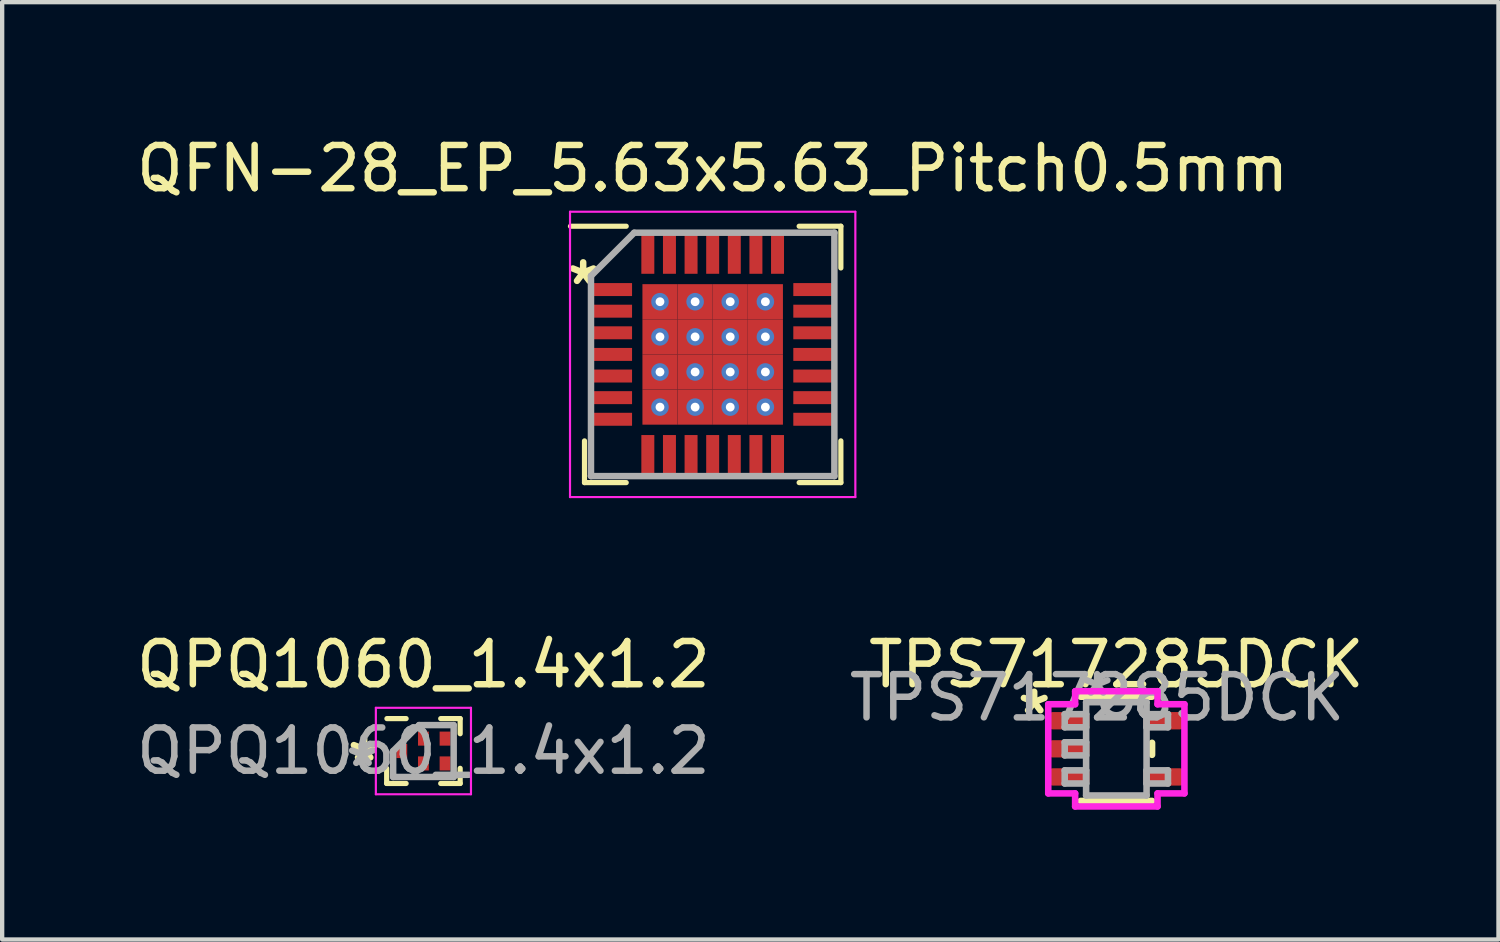
<source format=kicad_pcb>
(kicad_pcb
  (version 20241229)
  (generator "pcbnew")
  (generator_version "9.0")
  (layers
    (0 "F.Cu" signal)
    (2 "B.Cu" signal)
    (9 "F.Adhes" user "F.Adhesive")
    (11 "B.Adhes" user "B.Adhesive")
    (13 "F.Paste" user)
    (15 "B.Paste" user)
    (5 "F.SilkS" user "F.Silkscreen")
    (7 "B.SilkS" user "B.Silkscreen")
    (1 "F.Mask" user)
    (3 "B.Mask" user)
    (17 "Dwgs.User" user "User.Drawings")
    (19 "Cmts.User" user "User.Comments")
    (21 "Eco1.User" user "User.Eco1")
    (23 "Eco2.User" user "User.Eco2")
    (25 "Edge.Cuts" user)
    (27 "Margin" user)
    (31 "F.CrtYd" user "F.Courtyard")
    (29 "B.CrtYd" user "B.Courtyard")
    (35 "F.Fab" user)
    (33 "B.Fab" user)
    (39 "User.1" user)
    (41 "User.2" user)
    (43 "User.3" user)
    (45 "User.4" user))
  (footprint "QPQ1060_1.4x1.2"
    (layer "F.Cu")
    (at 6.744 14.322)
    (property "Reference" "QPQ1060_1.4x1.2" (at 0 -2 0) (layer "F.SilkS") (effects (font (size 1 1) (thickness 0.15))))
    (attr smd)
    (fp_line (start -0.85 0.75) (end -0.85 0.4) (stroke (width 0.12) (type default)) (layer "F.SilkS"))
    (fp_line (start -0.4 -0.75) (end -0.844 -0.75) (stroke (width 0.12) (type default)) (layer "F.SilkS"))
    (fp_line (start -0.4 0.75) (end -0.85 0.75) (stroke (width 0.12) (type default)) (layer "F.SilkS"))
    (fp_line (start 0.4 -0.75) (end 0.85 -0.75) (stroke (width 0.12) (type default)) (layer "F.SilkS"))
    (fp_line (start 0.4 0.75) (end 0.85 0.75) (stroke (width 0.12) (type default)) (layer "F.SilkS"))
    (fp_line (start 0.85 -0.75) (end 0.85 -0.4) (stroke (width 0.12) (type default)) (layer "F.SilkS"))
    (fp_line (start 0.85 0.75) (end 0.85 0.4) (stroke (width 0.12) (type default)) (layer "F.SilkS"))
    (fp_line (start -1.1 -1) (end 1.1 -1) (stroke (width 0.05) (type default)) (layer "F.CrtYd"))
    (fp_line (start -1.1 1) (end -1.1 -1) (stroke (width 0.05) (type default)) (layer "F.CrtYd"))
    (fp_line (start 1.1 -1) (end 1.1 1) (stroke (width 0.05) (type default)) (layer "F.CrtYd"))
    (fp_line (start 1.1 1) (end -1.1 1) (stroke (width 0.05) (type default)) (layer "F.CrtYd"))
    (fp_line (start -0.7 0) (end -0.7 0.6) (stroke (width 0.15) (type default)) (layer "F.Fab"))
    (fp_line (start -0.7 0.6) (end 0.7 0.6) (stroke (width 0.15) (type default)) (layer "F.Fab"))
    (fp_line (start -0.1 -0.6) (end -0.7 0) (stroke (width 0.15) (type default)) (layer "F.Fab"))
    (fp_line (start 0.7 -0.6) (end -0.1 -0.6) (stroke (width 0.15) (type default)) (layer "F.Fab"))
    (fp_line (start 0.7 0.6) (end 0.7 -0.6) (stroke (width 0.15) (type default)) (layer "F.Fab"))
    (fp_text user "*" (at -1.85 0.85 0) (unlocked yes) (layer "F.SilkS") (effects (font (size 1 1) (thickness 0.15)) (justify left bottom)))
    (fp_text user "*" (at -1.41 0.39 0) (layer "F.Fab") (effects (font (size 1 1) (thickness 0.15))))
    (fp_text user "${REFERENCE}" (at 0 0 0) (layer "F.Fab") (effects (font (size 1 1) (thickness 0.15))))
    (pad "1" smd rect (at -0.5 0) (size 0.25 0.325) (layers "F.Cu" "F.Mask" "F.Paste"))
    (pad "2" smd rect (at 0 0.287) (size 0.25 0.325) (layers "F.Cu" "F.Mask" "F.Paste"))
    (pad "3" smd rect (at 0.5 0.287) (size 0.25 0.325) (layers "F.Cu" "F.Mask" "F.Paste"))
    (pad "4" smd rect (at 0.5 -0.287) (size 0.25 0.325) (layers "F.Cu" "F.Mask" "F.Paste"))
    (pad "5" smd rect (at 0 -0.287) (size 0.25 0.325) (layers "F.Cu" "F.Mask" "F.Paste")))
  (footprint "QFN-28_EP_5.63x5.63_Pitch0.5mm"
    (layer "F.Cu")
    (at 13.435 5.148)
    (property "Reference" "QFN-28_EP_5.63x5.63_Pitch0.5mm" (at 0 -4.3 0) (layer "F.SilkS") (effects (font (size 1 1) (thickness 0.15))))
    (attr smd)
    (fp_line (start -2.965 2.965) (end -2.965 2) (stroke (width 0.12) (type default)) (layer "F.SilkS"))
    (fp_line (start -2 -2.965) (end -3.29 -2.965) (stroke (width 0.12) (type default)) (layer "F.SilkS"))
    (fp_line (start -2 2.965) (end -2.965 2.965) (stroke (width 0.12) (type default)) (layer "F.SilkS"))
    (fp_line (start 2 -2.965) (end 2.965 -2.965) (stroke (width 0.12) (type default)) (layer "F.SilkS"))
    (fp_line (start 2 2.965) (end 2.965 2.965) (stroke (width 0.12) (type default)) (layer "F.SilkS"))
    (fp_line (start 2.965 -2.965) (end 2.965 -2) (stroke (width 0.12) (type default)) (layer "F.SilkS"))
    (fp_line (start 2.965 2.965) (end 2.965 2) (stroke (width 0.12) (type default)) (layer "F.SilkS"))
    (fp_line (start -3.3 -3.3) (end 3.3 -3.3) (stroke (width 0.05) (type default)) (layer "F.CrtYd"))
    (fp_line (start -3.3 3.3) (end -3.3 -3.3) (stroke (width 0.05) (type default)) (layer "F.CrtYd"))
    (fp_line (start 3.3 -3.3) (end 3.3 3.3) (stroke (width 0.05) (type default)) (layer "F.CrtYd"))
    (fp_line (start 3.3 3.3) (end -3.3 3.3) (stroke (width 0.05) (type default)) (layer "F.CrtYd"))
    (fp_line (start -2.815 -1.815) (end -2.815 2.815) (stroke (width 0.15) (type default)) (layer "F.Fab"))
    (fp_line (start -2.815 2.815) (end 2.815 2.815) (stroke (width 0.15) (type default)) (layer "F.Fab"))
    (fp_line (start -1.815 -2.815) (end -2.815 -1.815) (stroke (width 0.15) (type default)) (layer "F.Fab"))
    (fp_line (start 2.815 -2.815) (end -1.815 -2.815) (stroke (width 0.15) (type default)) (layer "F.Fab"))
    (fp_line (start 2.815 2.815) (end 2.815 -2.815) (stroke (width 0.15) (type default)) (layer "F.Fab"))
    (fp_text user "*" (at -3.475 -1 0) (unlocked yes) (layer "F.SilkS") (effects (font (size 1 1) (thickness 0.15)) (justify left bottom)))
    (pad "1" smd rect (at -2.34 -1.5 90) (size 0.3 0.95) (layers "F.Cu" "F.Mask" "F.Paste"))
    (pad "2" smd rect (at -2.34 -1 90) (size 0.3 0.95) (layers "F.Cu" "F.Mask" "F.Paste"))
    (pad "3" smd rect (at -2.34 -0.5 90) (size 0.3 0.95) (layers "F.Cu" "F.Mask" "F.Paste"))
    (pad "4" smd rect (at -2.34 0 90) (size 0.3 0.95) (layers "F.Cu" "F.Mask" "F.Paste"))
    (pad "5" smd rect (at -2.34 0.5 90) (size 0.3 0.95) (layers "F.Cu" "F.Mask" "F.Paste"))
    (pad "6" smd rect (at -2.34 1 90) (size 0.3 0.95) (layers "F.Cu" "F.Mask" "F.Paste"))
    (pad "7" smd rect (at -2.34 1.5 90) (size 0.3 0.95) (layers "F.Cu" "F.Mask" "F.Paste"))
    (pad "8" smd rect (at -1.5 2.34) (size 0.3 0.95) (layers "F.Cu" "F.Mask" "F.Paste"))
    (pad "9" smd rect (at -1 2.34) (size 0.3 0.95) (layers "F.Cu" "F.Mask" "F.Paste"))
    (pad "10" smd rect (at -0.5 2.34) (size 0.3 0.95) (layers "F.Cu" "F.Mask" "F.Paste"))
    (pad "11" smd rect (at 0 2.34) (size 0.3 0.95) (layers "F.Cu" "F.Mask" "F.Paste"))
    (pad "12" smd rect (at 0.5 2.34) (size 0.3 0.95) (layers "F.Cu" "F.Mask" "F.Paste"))
    (pad "13" smd rect (at 1 2.34) (size 0.3 0.95) (layers "F.Cu" "F.Mask" "F.Paste"))
    (pad "14" smd rect (at 1.5 2.34) (size 0.3 0.95) (layers "F.Cu" "F.Mask" "F.Paste"))
    (pad "15" smd rect (at 2.34 1.5 90) (size 0.3 0.95) (layers "F.Cu" "F.Mask" "F.Paste"))
    (pad "16" smd rect (at 2.34 1 90) (size 0.3 0.95) (layers "F.Cu" "F.Mask" "F.Paste"))
    (pad "17" smd rect (at 2.34 0.5 90) (size 0.3 0.95) (layers "F.Cu" "F.Mask" "F.Paste"))
    (pad "18" smd rect (at 2.34 0 90) (size 0.3 0.95) (layers "F.Cu" "F.Mask" "F.Paste"))
    (pad "19" smd rect (at 2.34 -0.5 90) (size 0.3 0.95) (layers "F.Cu" "F.Mask" "F.Paste"))
    (pad "20" smd rect (at 2.34 -1 90) (size 0.3 0.95) (layers "F.Cu" "F.Mask" "F.Paste"))
    (pad "21" smd rect (at 2.34 -1.5 90) (size 0.3 0.95) (layers "F.Cu" "F.Mask" "F.Paste"))
    (pad "22" smd rect (at 1.5 -2.34) (size 0.3 0.95) (layers "F.Cu" "F.Mask" "F.Paste"))
    (pad "23" smd rect (at 1 -2.34) (size 0.3 0.95) (layers "F.Cu" "F.Mask" "F.Paste"))
    (pad "24" smd rect (at 0.5 -2.34) (size 0.3 0.95) (layers "F.Cu" "F.Mask" "F.Paste"))
    (pad "25" smd rect (at 0 -2.34) (size 0.3 0.95) (layers "F.Cu" "F.Mask" "F.Paste"))
    (pad "26" smd rect (at -0.5 -2.34) (size 0.3 0.95) (layers "F.Cu" "F.Mask" "F.Paste"))
    (pad "27" smd rect (at -1 -2.34) (size 0.3 0.95) (layers "F.Cu" "F.Mask" "F.Paste"))
    (pad "28" smd rect (at -1.5 -2.34) (size 0.3 0.95) (layers "F.Cu" "F.Mask" "F.Paste"))
    (pad "29" thru_hole circle (at -1.219 -1.219) (size 0.406 0.406) (drill 0.203) (layers "*.Cu" "*.Mask"))
    (pad "29" smd rect (at -1.219 -1.219) (size 0.812 0.812) (layers "F.Cu" "F.Mask" "F.Paste"))
    (pad "29" thru_hole circle (at -1.219 -0.406) (size 0.406 0.406) (drill 0.203) (layers "*.Cu" "*.Mask"))
    (pad "29" smd rect (at -1.219 -0.406) (size 0.812 0.812) (layers "F.Cu" "F.Mask" "F.Paste"))
    (pad "29" thru_hole circle (at -1.219 0.406) (size 0.406 0.406) (drill 0.203) (layers "*.Cu" "*.Mask"))
    (pad "29" smd rect (at -1.219 0.406) (size 0.812 0.812) (layers "F.Cu" "F.Mask" "F.Paste"))
    (pad "29" thru_hole circle (at -1.219 1.219) (size 0.406 0.406) (drill 0.203) (layers "*.Cu" "*.Mask"))
    (pad "29" smd rect (at -1.219 1.219) (size 0.812 0.812) (layers "F.Cu" "F.Mask" "F.Paste"))
    (pad "29" thru_hole circle (at -0.406 -1.219) (size 0.406 0.406) (drill 0.203) (layers "*.Cu" "*.Mask"))
    (pad "29" smd rect (at -0.406 -1.219) (size 0.812 0.812) (layers "F.Cu" "F.Mask" "F.Paste"))
    (pad "29" thru_hole circle (at -0.406 -0.406) (size 0.406 0.406) (drill 0.203) (layers "*.Cu" "*.Mask"))
    (pad "29" smd rect (at -0.406 -0.406) (size 0.812 0.812) (layers "F.Cu" "F.Mask" "F.Paste"))
    (pad "29" thru_hole circle (at -0.406 0.406) (size 0.406 0.406) (drill 0.203) (layers "*.Cu" "*.Mask"))
    (pad "29" smd rect (at -0.406 0.406) (size 0.812 0.812) (layers "F.Cu" "F.Mask" "F.Paste"))
    (pad "29" thru_hole circle (at -0.406 1.219) (size 0.406 0.406) (drill 0.203) (layers "*.Cu" "*.Mask"))
    (pad "29" smd rect (at -0.406 1.219) (size 0.812 0.812) (layers "F.Cu" "F.Mask" "F.Paste"))
    (pad "29" thru_hole circle (at 0.406 -1.219) (size 0.406 0.406) (drill 0.203) (layers "*.Cu" "*.Mask"))
    (pad "29" smd rect (at 0.406 -1.219) (size 0.812 0.812) (layers "F.Cu" "F.Mask" "F.Paste"))
    (pad "29" thru_hole circle (at 0.406 -0.406) (size 0.406 0.406) (drill 0.203) (layers "*.Cu" "*.Mask"))
    (pad "29" smd rect (at 0.406 -0.406) (size 0.812 0.812) (layers "F.Cu" "F.Mask" "F.Paste"))
    (pad "29" thru_hole circle (at 0.406 0.406) (size 0.406 0.406) (drill 0.203) (layers "*.Cu" "*.Mask"))
    (pad "29" smd rect (at 0.406 0.406) (size 0.812 0.812) (layers "F.Cu" "F.Mask" "F.Paste"))
    (pad "29" thru_hole circle (at 0.406 1.219) (size 0.406 0.406) (drill 0.203) (layers "*.Cu" "*.Mask"))
    (pad "29" smd rect (at 0.406 1.219) (size 0.812 0.812) (layers "F.Cu" "F.Mask" "F.Paste"))
    (pad "29" thru_hole circle (at 1.219 -1.219) (size 0.406 0.406) (drill 0.203) (layers "*.Cu" "*.Mask"))
    (pad "29" smd rect (at 1.219 -1.219) (size 0.812 0.812) (layers "F.Cu" "F.Mask" "F.Paste"))
    (pad "29" thru_hole circle (at 1.219 -0.406) (size 0.406 0.406) (drill 0.203) (layers "*.Cu" "*.Mask"))
    (pad "29" smd rect (at 1.219 -0.406) (size 0.812 0.812) (layers "F.Cu" "F.Mask" "F.Paste"))
    (pad "29" thru_hole circle (at 1.219 0.406) (size 0.406 0.406) (drill 0.203) (layers "*.Cu" "*.Mask"))
    (pad "29" smd rect (at 1.219 0.406) (size 0.812 0.812) (layers "F.Cu" "F.Mask" "F.Paste"))
    (pad "29" thru_hole circle (at 1.219 1.219) (size 0.406 0.406) (drill 0.203) (layers "*.Cu" "*.Mask"))
    (pad "29" smd rect (at 1.219 1.219) (size 0.812 0.812) (layers "F.Cu" "F.Mask" "F.Paste")))
  (footprint "TPS717285DCK"
    (layer "F.Cu")
    (at 22.772 14.271)
    (property "Reference" "TPS717285DCK" (at 0 -1.95 0) (layer "F.SilkS") (effects (font (size 1 1) (thickness 0.15))))
    (attr through_hole)
    (fp_line (start -0.826 1.206) (end 0.826 1.206) (stroke (width 0.152) (type solid)) (layer "F.SilkS"))
    (fp_line (start 0.826 -1.206) (end -0.826 -1.206) (stroke (width 0.152) (type solid)) (layer "F.SilkS"))
    (fp_line (start 0.826 0.139) (end 0.826 -0.139) (stroke (width 0.152) (type solid)) (layer "F.SilkS"))
    (fp_line (start -1.575 -1.031) (end -0.953 -1.031) (stroke (width 0.152) (type solid)) (layer "F.CrtYd"))
    (fp_line (start -1.575 1.031) (end -1.575 -1.031) (stroke (width 0.152) (type solid)) (layer "F.CrtYd"))
    (fp_line (start -0.953 -1.333) (end 0.953 -1.333) (stroke (width 0.152) (type solid)) (layer "F.CrtYd"))
    (fp_line (start -0.953 -1.031) (end -0.953 -1.333) (stroke (width 0.152) (type solid)) (layer "F.CrtYd"))
    (fp_line (start -0.953 1.031) (end -1.575 1.031) (stroke (width 0.152) (type solid)) (layer "F.CrtYd"))
    (fp_line (start -0.953 1.333) (end -0.953 1.031) (stroke (width 0.152) (type solid)) (layer "F.CrtYd"))
    (fp_line (start 0.953 -1.333) (end 0.953 -1.031) (stroke (width 0.152) (type solid)) (layer "F.CrtYd"))
    (fp_line (start 0.953 -1.031) (end 1.575 -1.031) (stroke (width 0.152) (type solid)) (layer "F.CrtYd"))
    (fp_line (start 0.953 1.031) (end 0.953 1.333) (stroke (width 0.152) (type solid)) (layer "F.CrtYd"))
    (fp_line (start 0.953 1.333) (end -0.953 1.333) (stroke (width 0.152) (type solid)) (layer "F.CrtYd"))
    (fp_line (start 1.575 -1.031) (end 1.575 1.031) (stroke (width 0.152) (type solid)) (layer "F.CrtYd"))
    (fp_line (start 1.575 1.031) (end 0.953 1.031) (stroke (width 0.152) (type solid)) (layer "F.CrtYd"))
    (fp_line (start -1.194 -0.802) (end -1.194 -0.498) (stroke (width 0.152) (type solid)) (layer "F.Fab"))
    (fp_line (start -1.194 -0.498) (end -0.699 -0.498) (stroke (width 0.152) (type solid)) (layer "F.Fab"))
    (fp_line (start -1.194 -0.152) (end -1.194 0.152) (stroke (width 0.152) (type solid)) (layer "F.Fab"))
    (fp_line (start -1.194 0.152) (end -0.699 0.152) (stroke (width 0.152) (type solid)) (layer "F.Fab"))
    (fp_line (start -1.194 0.498) (end -1.194 0.802) (stroke (width 0.152) (type solid)) (layer "F.Fab"))
    (fp_line (start -1.194 0.802) (end -0.699 0.802) (stroke (width 0.152) (type solid)) (layer "F.Fab"))
    (fp_line (start -0.699 -1.079) (end -0.699 1.079) (stroke (width 0.152) (type solid)) (layer "F.Fab"))
    (fp_line (start -0.699 -0.802) (end -1.194 -0.802) (stroke (width 0.152) (type solid)) (layer "F.Fab"))
    (fp_line (start -0.699 -0.498) (end -0.699 -0.802) (stroke (width 0.152) (type solid)) (layer "F.Fab"))
    (fp_line (start -0.699 -0.152) (end -1.194 -0.152) (stroke (width 0.152) (type solid)) (layer "F.Fab"))
    (fp_line (start -0.699 0.152) (end -0.699 -0.152) (stroke (width 0.152) (type solid)) (layer "F.Fab"))
    (fp_line (start -0.699 0.498) (end -1.194 0.498) (stroke (width 0.152) (type solid)) (layer "F.Fab"))
    (fp_line (start -0.699 0.802) (end -0.699 0.498) (stroke (width 0.152) (type solid)) (layer "F.Fab"))
    (fp_line (start -0.699 1.079) (end 0.699 1.079) (stroke (width 0.152) (type solid)) (layer "F.Fab"))
    (fp_line (start 0.699 -1.079) (end -0.699 -1.079) (stroke (width 0.152) (type solid)) (layer "F.Fab"))
    (fp_line (start 0.699 -0.802) (end 0.699 -0.498) (stroke (width 0.152) (type solid)) (layer "F.Fab"))
    (fp_line (start 0.699 -0.498) (end 1.194 -0.498) (stroke (width 0.152) (type solid)) (layer "F.Fab"))
    (fp_line (start 0.699 0.498) (end 0.699 0.802) (stroke (width 0.152) (type solid)) (layer "F.Fab"))
    (fp_line (start 0.699 0.802) (end 1.194 0.802) (stroke (width 0.152) (type solid)) (layer "F.Fab"))
    (fp_line (start 0.699 1.079) (end 0.699 -1.079) (stroke (width 0.152) (type solid)) (layer "F.Fab"))
    (fp_line (start 1.194 -0.802) (end 0.699 -0.802) (stroke (width 0.152) (type solid)) (layer "F.Fab"))
    (fp_line (start 1.194 -0.498) (end 1.194 -0.802) (stroke (width 0.152) (type solid)) (layer "F.Fab"))
    (fp_line (start 1.194 0.498) (end 0.699 0.498) (stroke (width 0.152) (type solid)) (layer "F.Fab"))
    (fp_line (start 1.194 0.802) (end 1.194 0.498) (stroke (width 0.152) (type solid)) (layer "F.Fab"))
    (fp_arc (start 0.3048 -1.0795) (mid 0 -0.7747) (end -0.3048 -1.0795) (stroke (width 0.1524) (type solid)) (layer "F.Fab"))
    (fp_text user "*" (at -1.9 -0.775 0) (layer "F.SilkS") (effects (font (size 1 1) (thickness 0.15))))
    (fp_text user "*" (at -0.445 -1.183 0) (layer "F.Fab") (effects (font (size 1 1) (thickness 0.15))))
    (fp_text user "${REFERENCE}" (at -0.445 -1.183 0) (layer "F.Fab") (effects (font (size 1 1) (thickness 0.15))))
    (pad "1" smd roundrect (at -1.1 -0.65) (size 0.95 0.4) (layers "F.Cu" "F.Mask" "F.Paste") (roundrect_rratio 0.25))
    (pad "2" smd roundrect (at -1.1 0) (size 0.95 0.4) (layers "F.Cu" "F.Mask" "F.Paste") (roundrect_rratio 0.25))
    (pad "3" smd roundrect (at -1.1 0.65) (size 0.95 0.4) (layers "F.Cu" "F.Mask" "F.Paste") (roundrect_rratio 0.25))
    (pad "4" smd roundrect (at 1.1 0.65) (size 0.95 0.4) (layers "F.Cu" "F.Mask" "F.Paste") (roundrect_rratio 0.25))
    (pad "5" smd roundrect (at 1.1 -0.65) (size 0.95 0.4) (layers "F.Cu" "F.Mask" "F.Paste") (roundrect_rratio 0.25)))
  (gr_rect
    (start -3 -3)
    (end 31.611 18.681)
    (stroke (width 0.1) (type default))
    (fill no)
    (layer "Edge.Cuts")))
</source>
